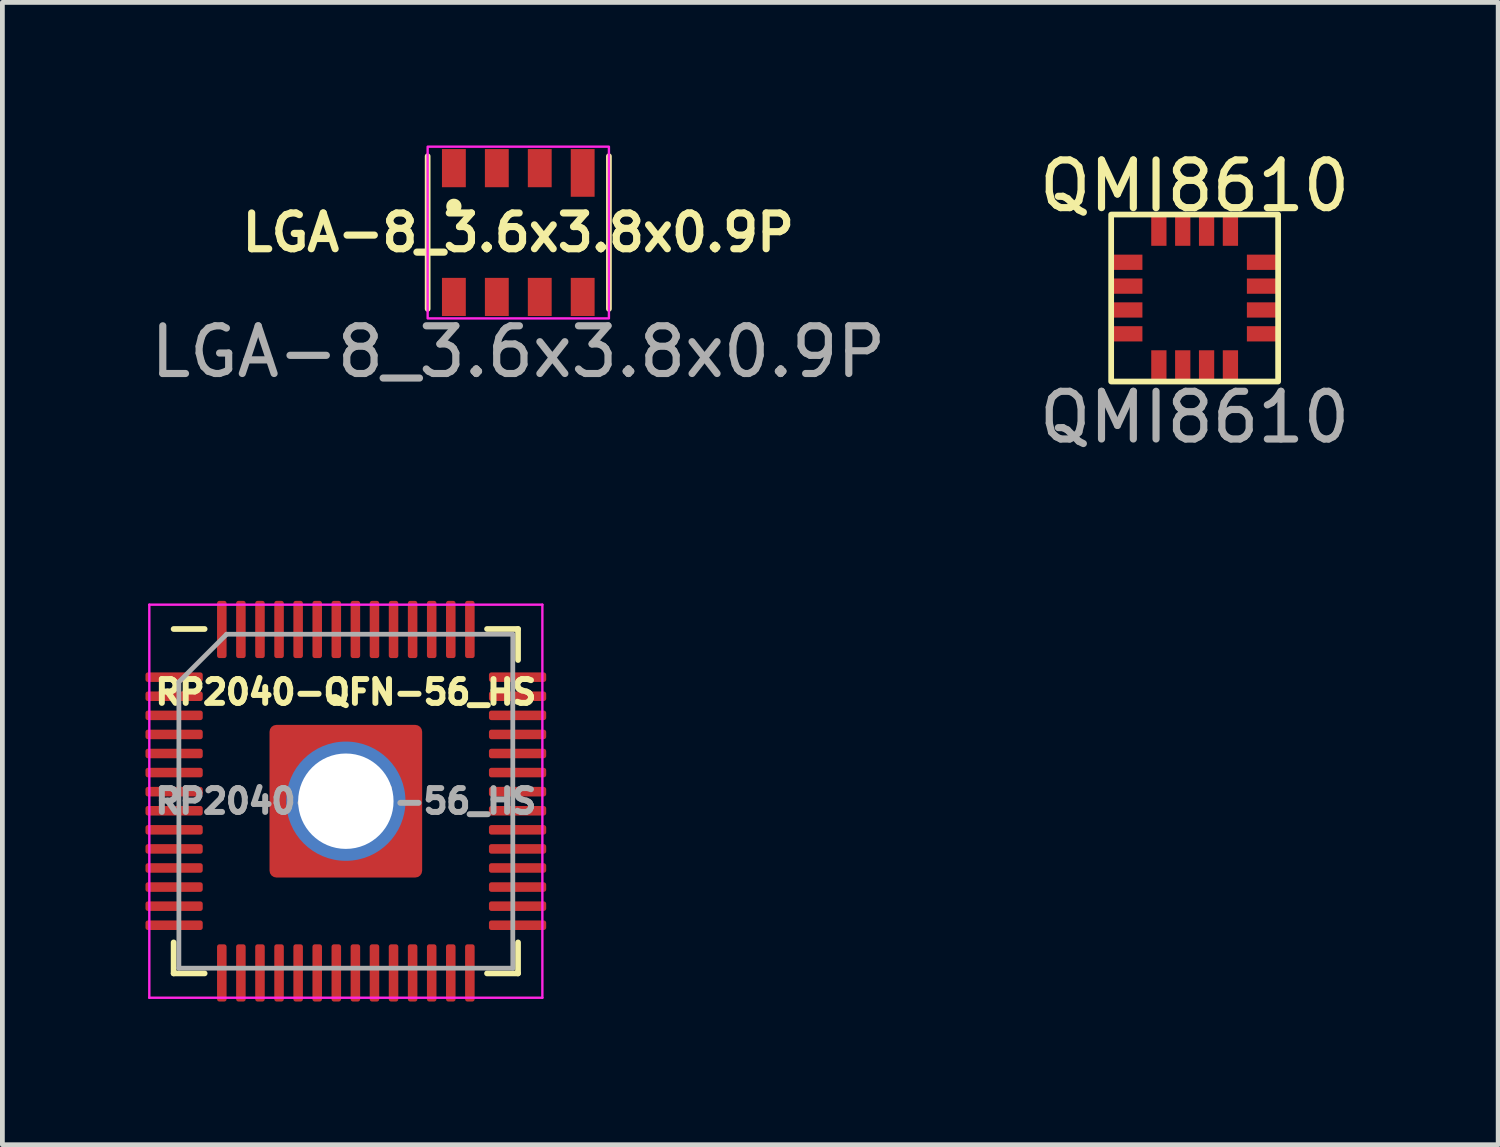
<source format=kicad_pcb>
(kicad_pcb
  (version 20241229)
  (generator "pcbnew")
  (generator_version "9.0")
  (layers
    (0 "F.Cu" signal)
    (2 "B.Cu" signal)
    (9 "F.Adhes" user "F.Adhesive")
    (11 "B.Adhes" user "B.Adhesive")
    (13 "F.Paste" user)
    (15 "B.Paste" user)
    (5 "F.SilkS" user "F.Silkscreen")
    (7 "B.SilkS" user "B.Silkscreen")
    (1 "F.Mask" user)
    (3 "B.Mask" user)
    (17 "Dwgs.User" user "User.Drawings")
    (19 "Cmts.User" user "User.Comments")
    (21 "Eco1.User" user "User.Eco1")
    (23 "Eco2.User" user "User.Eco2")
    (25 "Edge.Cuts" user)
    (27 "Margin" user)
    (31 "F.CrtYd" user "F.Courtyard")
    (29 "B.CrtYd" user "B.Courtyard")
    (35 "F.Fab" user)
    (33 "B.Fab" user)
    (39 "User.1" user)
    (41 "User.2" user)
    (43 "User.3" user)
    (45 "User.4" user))
  (footprint "RP2040-QFN-56_HS"
    (layer "F.Cu")
    (at 4.2 13.746)
    (property "Reference" "RP2040-QFN-56_HS" (at 0 -2.286 0) (layer "F.SilkS") (effects (font (size 0.5 0.5) (thickness 0.15))))
    (attr smd)
    (fp_line (start -3.61 3.61) (end -3.61 2.96) (stroke (width 0.12) (type solid)) (layer "F.SilkS"))
    (fp_line (start -2.96 -3.61) (end -3.61 -3.61) (stroke (width 0.12) (type solid)) (layer "F.SilkS"))
    (fp_line (start -2.96 3.61) (end -3.61 3.61) (stroke (width 0.12) (type solid)) (layer "F.SilkS"))
    (fp_line (start 2.96 -3.61) (end 3.61 -3.61) (stroke (width 0.12) (type solid)) (layer "F.SilkS"))
    (fp_line (start 2.96 3.61) (end 3.61 3.61) (stroke (width 0.12) (type solid)) (layer "F.SilkS"))
    (fp_line (start 3.61 -3.61) (end 3.61 -2.96) (stroke (width 0.12) (type solid)) (layer "F.SilkS"))
    (fp_line (start 3.61 3.61) (end 3.61 2.96) (stroke (width 0.12) (type solid)) (layer "F.SilkS"))
    (fp_arc (start -1.249999 -0.25) (mid -0.901435 -0.901435) (end -0.25 -1.249999) (stroke (width 0.2) (type solid)) (layer "F.Paste"))
    (fp_arc (start -0.25 1.249999) (mid -0.901435 0.901435) (end -1.249999 0.25) (stroke (width 0.2) (type solid)) (layer "F.Paste"))
    (fp_arc (start 0.25 -1.249999) (mid 0.901435 -0.901435) (end 1.249999 -0.25) (stroke (width 0.2) (type solid)) (layer "F.Paste"))
    (fp_arc (start 1.249999 0.25) (mid 0.901435 0.901435) (end 0.25 1.249999) (stroke (width 0.2) (type solid)) (layer "F.Paste"))
    (fp_line (start -4.12 -4.12) (end -4.12 4.12) (stroke (width 0.05) (type solid)) (layer "F.CrtYd"))
    (fp_line (start -4.12 4.12) (end 4.12 4.12) (stroke (width 0.05) (type solid)) (layer "F.CrtYd"))
    (fp_line (start 4.12 -4.12) (end -4.12 -4.12) (stroke (width 0.05) (type solid)) (layer "F.CrtYd"))
    (fp_line (start 4.12 4.12) (end 4.12 -4.12) (stroke (width 0.05) (type solid)) (layer "F.CrtYd"))
    (fp_line (start -3.5 -2.5) (end -2.5 -3.5) (stroke (width 0.1) (type solid)) (layer "F.Fab"))
    (fp_line (start -3.5 3.5) (end -3.5 -2.5) (stroke (width 0.1) (type solid)) (layer "F.Fab"))
    (fp_line (start -2.5 -3.5) (end 3.5 -3.5) (stroke (width 0.1) (type solid)) (layer "F.Fab"))
    (fp_line (start 3.5 -3.5) (end 3.5 3.5) (stroke (width 0.1) (type solid)) (layer "F.Fab"))
    (fp_line (start 3.5 3.5) (end -3.5 3.5) (stroke (width 0.1) (type solid)) (layer "F.Fab"))
    (fp_text user "${REFERENCE}" (at 0 0 0) (layer "F.Fab") (effects (font (size 0.5 0.5) (thickness 0.15))))
    (pad "1" smd roundrect (at -3.6 -2.6) (size 1.2 0.2) (layers "F.Cu" "F.Mask" "F.Paste") (roundrect_rratio 0.25))
    (pad "2" smd roundrect (at -3.6 -2.2) (size 1.2 0.2) (layers "F.Cu" "F.Mask" "F.Paste") (roundrect_rratio 0.25))
    (pad "3" smd roundrect (at -3.6 -1.8) (size 1.2 0.2) (layers "F.Cu" "F.Mask" "F.Paste") (roundrect_rratio 0.25))
    (pad "4" smd roundrect (at -3.6 -1.4) (size 1.2 0.2) (layers "F.Cu" "F.Mask" "F.Paste") (roundrect_rratio 0.25))
    (pad "5" smd roundrect (at -3.6 -1) (size 1.2 0.2) (layers "F.Cu" "F.Mask" "F.Paste") (roundrect_rratio 0.25))
    (pad "6" smd roundrect (at -3.6 -0.6) (size 1.2 0.2) (layers "F.Cu" "F.Mask" "F.Paste") (roundrect_rratio 0.25))
    (pad "7" smd roundrect (at -3.6 -0.2) (size 1.2 0.2) (layers "F.Cu" "F.Mask" "F.Paste") (roundrect_rratio 0.25))
    (pad "8" smd roundrect (at -3.6 0.2) (size 1.2 0.2) (layers "F.Cu" "F.Mask" "F.Paste") (roundrect_rratio 0.25))
    (pad "9" smd roundrect (at -3.6 0.6) (size 1.2 0.2) (layers "F.Cu" "F.Mask" "F.Paste") (roundrect_rratio 0.25))
    (pad "10" smd roundrect (at -3.6 1) (size 1.2 0.2) (layers "F.Cu" "F.Mask" "F.Paste") (roundrect_rratio 0.25))
    (pad "11" smd roundrect (at -3.6 1.4) (size 1.2 0.2) (layers "F.Cu" "F.Mask" "F.Paste") (roundrect_rratio 0.25))
    (pad "12" smd roundrect (at -3.6 1.8) (size 1.2 0.2) (layers "F.Cu" "F.Mask" "F.Paste") (roundrect_rratio 0.25))
    (pad "13" smd roundrect (at -3.6 2.2) (size 1.2 0.2) (layers "F.Cu" "F.Mask" "F.Paste") (roundrect_rratio 0.25))
    (pad "14" smd roundrect (at -3.6 2.6) (size 1.2 0.2) (layers "F.Cu" "F.Mask" "F.Paste") (roundrect_rratio 0.25))
    (pad "15" smd roundrect (at -2.6 3.6) (size 0.2 1.2) (layers "F.Cu" "F.Mask" "F.Paste") (roundrect_rratio 0.25))
    (pad "16" smd roundrect (at -2.2 3.6) (size 0.2 1.2) (layers "F.Cu" "F.Mask" "F.Paste") (roundrect_rratio 0.25))
    (pad "17" smd roundrect (at -1.8 3.6) (size 0.2 1.2) (layers "F.Cu" "F.Mask" "F.Paste") (roundrect_rratio 0.25))
    (pad "18" smd roundrect (at -1.4 3.6) (size 0.2 1.2) (layers "F.Cu" "F.Mask" "F.Paste") (roundrect_rratio 0.25))
    (pad "19" smd roundrect (at -1 3.6) (size 0.2 1.2) (layers "F.Cu" "F.Mask" "F.Paste") (roundrect_rratio 0.25))
    (pad "20" smd roundrect (at -0.6 3.6) (size 0.2 1.2) (layers "F.Cu" "F.Mask" "F.Paste") (roundrect_rratio 0.25))
    (pad "21" smd roundrect (at -0.2 3.6) (size 0.2 1.2) (layers "F.Cu" "F.Mask" "F.Paste") (roundrect_rratio 0.25))
    (pad "22" smd roundrect (at 0.2 3.6) (size 0.2 1.2) (layers "F.Cu" "F.Mask" "F.Paste") (roundrect_rratio 0.25))
    (pad "23" smd roundrect (at 0.6 3.6) (size 0.2 1.2) (layers "F.Cu" "F.Mask" "F.Paste") (roundrect_rratio 0.25))
    (pad "24" smd roundrect (at 1 3.6) (size 0.2 1.2) (layers "F.Cu" "F.Mask" "F.Paste") (roundrect_rratio 0.25))
    (pad "25" smd roundrect (at 1.4 3.6) (size 0.2 1.2) (layers "F.Cu" "F.Mask" "F.Paste") (roundrect_rratio 0.25))
    (pad "26" smd roundrect (at 1.8 3.6) (size 0.2 1.2) (layers "F.Cu" "F.Mask" "F.Paste") (roundrect_rratio 0.25))
    (pad "27" smd roundrect (at 2.2 3.6) (size 0.2 1.2) (layers "F.Cu" "F.Mask" "F.Paste") (roundrect_rratio 0.25))
    (pad "28" smd roundrect (at 2.6 3.6) (size 0.2 1.2) (layers "F.Cu" "F.Mask" "F.Paste") (roundrect_rratio 0.25))
    (pad "29" smd roundrect (at 3.6 2.6) (size 1.2 0.2) (layers "F.Cu" "F.Mask" "F.Paste") (roundrect_rratio 0.25))
    (pad "30" smd roundrect (at 3.6 2.2) (size 1.2 0.2) (layers "F.Cu" "F.Mask" "F.Paste") (roundrect_rratio 0.25))
    (pad "31" smd roundrect (at 3.6 1.8) (size 1.2 0.2) (layers "F.Cu" "F.Mask" "F.Paste") (roundrect_rratio 0.25))
    (pad "32" smd roundrect (at 3.6 1.4) (size 1.2 0.2) (layers "F.Cu" "F.Mask" "F.Paste") (roundrect_rratio 0.25))
    (pad "33" smd roundrect (at 3.6 1) (size 1.2 0.2) (layers "F.Cu" "F.Mask" "F.Paste") (roundrect_rratio 0.25))
    (pad "34" smd roundrect (at 3.6 0.6) (size 1.2 0.2) (layers "F.Cu" "F.Mask" "F.Paste") (roundrect_rratio 0.25))
    (pad "35" smd roundrect (at 3.6 0.2) (size 1.2 0.2) (layers "F.Cu" "F.Mask" "F.Paste") (roundrect_rratio 0.25))
    (pad "36" smd roundrect (at 3.6 -0.2) (size 1.2 0.2) (layers "F.Cu" "F.Mask" "F.Paste") (roundrect_rratio 0.25))
    (pad "37" smd roundrect (at 3.6 -0.6) (size 1.2 0.2) (layers "F.Cu" "F.Mask" "F.Paste") (roundrect_rratio 0.25))
    (pad "38" smd roundrect (at 3.6 -1) (size 1.2 0.2) (layers "F.Cu" "F.Mask" "F.Paste") (roundrect_rratio 0.25))
    (pad "39" smd roundrect (at 3.6 -1.4) (size 1.2 0.2) (layers "F.Cu" "F.Mask" "F.Paste") (roundrect_rratio 0.25))
    (pad "40" smd roundrect (at 3.6 -1.8) (size 1.2 0.2) (layers "F.Cu" "F.Mask" "F.Paste") (roundrect_rratio 0.25))
    (pad "41" smd roundrect (at 3.6 -2.2) (size 1.2 0.2) (layers "F.Cu" "F.Mask" "F.Paste") (roundrect_rratio 0.25))
    (pad "42" smd roundrect (at 3.6 -2.6) (size 1.2 0.2) (layers "F.Cu" "F.Mask" "F.Paste") (roundrect_rratio 0.25))
    (pad "43" smd roundrect (at 2.6 -3.6) (size 0.2 1.2) (layers "F.Cu" "F.Mask" "F.Paste") (roundrect_rratio 0.25))
    (pad "44" smd roundrect (at 2.2 -3.6) (size 0.2 1.2) (layers "F.Cu" "F.Mask" "F.Paste") (roundrect_rratio 0.25))
    (pad "45" smd roundrect (at 1.8 -3.6) (size 0.2 1.2) (layers "F.Cu" "F.Mask" "F.Paste") (roundrect_rratio 0.25))
    (pad "46" smd roundrect (at 1.4 -3.6) (size 0.2 1.2) (layers "F.Cu" "F.Mask" "F.Paste") (roundrect_rratio 0.25))
    (pad "47" smd roundrect (at 1 -3.6) (size 0.2 1.2) (layers "F.Cu" "F.Mask" "F.Paste") (roundrect_rratio 0.25))
    (pad "48" smd roundrect (at 0.6 -3.6) (size 0.2 1.2) (layers "F.Cu" "F.Mask" "F.Paste") (roundrect_rratio 0.25))
    (pad "49" smd roundrect (at 0.2 -3.6) (size 0.2 1.2) (layers "F.Cu" "F.Mask" "F.Paste") (roundrect_rratio 0.25))
    (pad "50" smd roundrect (at -0.2 -3.6) (size 0.2 1.2) (layers "F.Cu" "F.Mask" "F.Paste") (roundrect_rratio 0.25))
    (pad "51" smd roundrect (at -0.6 -3.6) (size 0.2 1.2) (layers "F.Cu" "F.Mask" "F.Paste") (roundrect_rratio 0.25))
    (pad "52" smd roundrect (at -1 -3.6) (size 0.2 1.2) (layers "F.Cu" "F.Mask" "F.Paste") (roundrect_rratio 0.25))
    (pad "53" smd roundrect (at -1.4 -3.6) (size 0.2 1.2) (layers "F.Cu" "F.Mask" "F.Paste") (roundrect_rratio 0.25))
    (pad "54" smd roundrect (at -1.8 -3.6) (size 0.2 1.2) (layers "F.Cu" "F.Mask" "F.Paste") (roundrect_rratio 0.25))
    (pad "55" smd roundrect (at -2.2 -3.6) (size 0.2 1.2) (layers "F.Cu" "F.Mask" "F.Paste") (roundrect_rratio 0.25))
    (pad "56" smd roundrect (at -2.6 -3.6) (size 0.2 1.2) (layers "F.Cu" "F.Mask" "F.Paste") (roundrect_rratio 0.25))
    (pad "57" thru_hole circle (at 0 0) (size 2.5 2.5) (drill 2) (layers "*.Cu" "*.Mask"))
    (pad "57" smd roundrect (at 0 0) (size 3.2 3.2) (layers "F.Cu" "F.Mask") (roundrect_rratio 0.045)))
  (footprint "QMI8610"
    (layer "F.Cu")
    (at 21.994 3.198)
    (property "Reference" "QMI8610" (at 0 -2.35 0) (unlocked yes) (layer "F.SilkS") (effects (font (size 1 1) (thickness 0.15))))
    (attr smd)
    (fp_rect (start 1.75 -1.75) (end -1.75 1.75) (stroke (width 0.12) (type solid)) (fill no) (layer "F.SilkS"))
    (fp_text user "${REFERENCE}" (at 0 2.5 0) (unlocked yes) (layer "F.Fab") (effects (font (size 1 1) (thickness 0.15))))
    (pad "1" smd rect (at -0.75 1.4) (size 0.32 0.61) (layers "F.Cu" "F.Mask" "F.Paste"))
    (pad "2" smd rect (at -0.25 1.4) (size 0.32 0.61) (layers "F.Cu" "F.Mask" "F.Paste"))
    (pad "3" smd rect (at 0.25 1.4) (size 0.32 0.61) (layers "F.Cu" "F.Mask" "F.Paste"))
    (pad "4" smd rect (at 0.75 1.4) (size 0.32 0.61) (layers "F.Cu" "F.Mask" "F.Paste"))
    (pad "5" smd rect (at 1.4 0.75 90) (size 0.32 0.61) (layers "F.Cu" "F.Mask" "F.Paste"))
    (pad "6" smd rect (at 1.4 0.25 90) (size 0.32 0.61) (layers "F.Cu" "F.Mask" "F.Paste"))
    (pad "7" smd rect (at 1.4 -0.25 90) (size 0.32 0.61) (layers "F.Cu" "F.Mask" "F.Paste"))
    (pad "8" smd rect (at 1.4 -0.75 90) (size 0.32 0.61) (layers "F.Cu" "F.Mask" "F.Paste"))
    (pad "9" smd rect (at 0.75 -1.4 180) (size 0.32 0.61) (layers "F.Cu" "F.Mask" "F.Paste"))
    (pad "10" smd rect (at 0.25 -1.4 180) (size 0.32 0.61) (layers "F.Cu" "F.Mask" "F.Paste"))
    (pad "11" smd rect (at -0.25 -1.4 180) (size 0.32 0.61) (layers "F.Cu" "F.Mask" "F.Paste"))
    (pad "12" smd rect (at -0.75 -1.4 180) (size 0.32 0.61) (layers "F.Cu" "F.Mask" "F.Paste"))
    (pad "13" smd rect (at -1.4 -0.75 270) (size 0.32 0.61) (layers "F.Cu" "F.Mask" "F.Paste"))
    (pad "14" smd rect (at -1.4 -0.25 270) (size 0.32 0.61) (layers "F.Cu" "F.Mask" "F.Paste"))
    (pad "15" smd rect (at -1.4 0.25 270) (size 0.32 0.61) (layers "F.Cu" "F.Mask" "F.Paste"))
    (pad "16" smd rect (at -1.4 0.75 270) (size 0.32 0.61) (layers "F.Cu" "F.Mask" "F.Paste")))
  (footprint "LGA-8_3.6x3.8x0.9P"
    (layer "F.Cu")
    (at 7.815 1.825)
    (property "Reference" "LGA-8_3.6x3.8x0.9P" (at 0 0 0) (unlocked yes) (layer "F.SilkS") (effects (font (size 0.75 0.75) (thickness 0.15))))
    (attr smd)
    (fp_line (start -1.9 -1.6) (end -1.9 1.6) (stroke (width 0.12) (type solid)) (layer "F.SilkS"))
    (fp_line (start 1.9 -1.6) (end 1.9 1.6) (stroke (width 0.12) (type solid)) (layer "F.SilkS"))
    (fp_circle (center -1.35 -0.55) (end -1.25 -0.55) (stroke (width 0.12) (type solid)) (fill yes) (layer "F.SilkS"))
    (fp_rect (start -1.9 -1.8) (end 1.9 1.8) (stroke (width 0.05) (type solid)) (fill no) (layer "F.CrtYd"))
    (fp_text user "${REFERENCE}" (at 0 2.5 0) (unlocked yes) (layer "F.Fab") (effects (font (size 1 1) (thickness 0.15))))
    (pad "1" smd rect (at 1.35 -1.25) (size 0.5 1) (layers "F.Cu" "F.Mask" "F.Paste"))
    (pad "2" smd rect (at 0.45 -1.35) (size 0.5 0.8) (layers "F.Cu" "F.Mask" "F.Paste"))
    (pad "3" smd rect (at -0.45 -1.35) (size 0.5 0.8) (layers "F.Cu" "F.Mask" "F.Paste"))
    (pad "4" smd rect (at -1.35 -1.35) (size 0.5 0.8) (layers "F.Cu" "F.Mask" "F.Paste"))
    (pad "5" smd rect (at -1.35 1.35 180) (size 0.5 0.8) (layers "F.Cu" "F.Mask" "F.Paste"))
    (pad "6" smd rect (at -0.45 1.35 180) (size 0.5 0.8) (layers "F.Cu" "F.Mask" "F.Paste"))
    (pad "7" smd rect (at 0.45 1.35 180) (size 0.5 0.8) (layers "F.Cu" "F.Mask" "F.Paste"))
    (pad "8" smd rect (at 1.35 1.35 180) (size 0.5 0.8) (layers "F.Cu" "F.Mask" "F.Paste")))
  (gr_rect
    (start -3 -3)
    (end 28.357 20.947)
    (stroke (width 0.1) (type default))
    (fill no)
    (layer "Edge.Cuts")))
</source>
